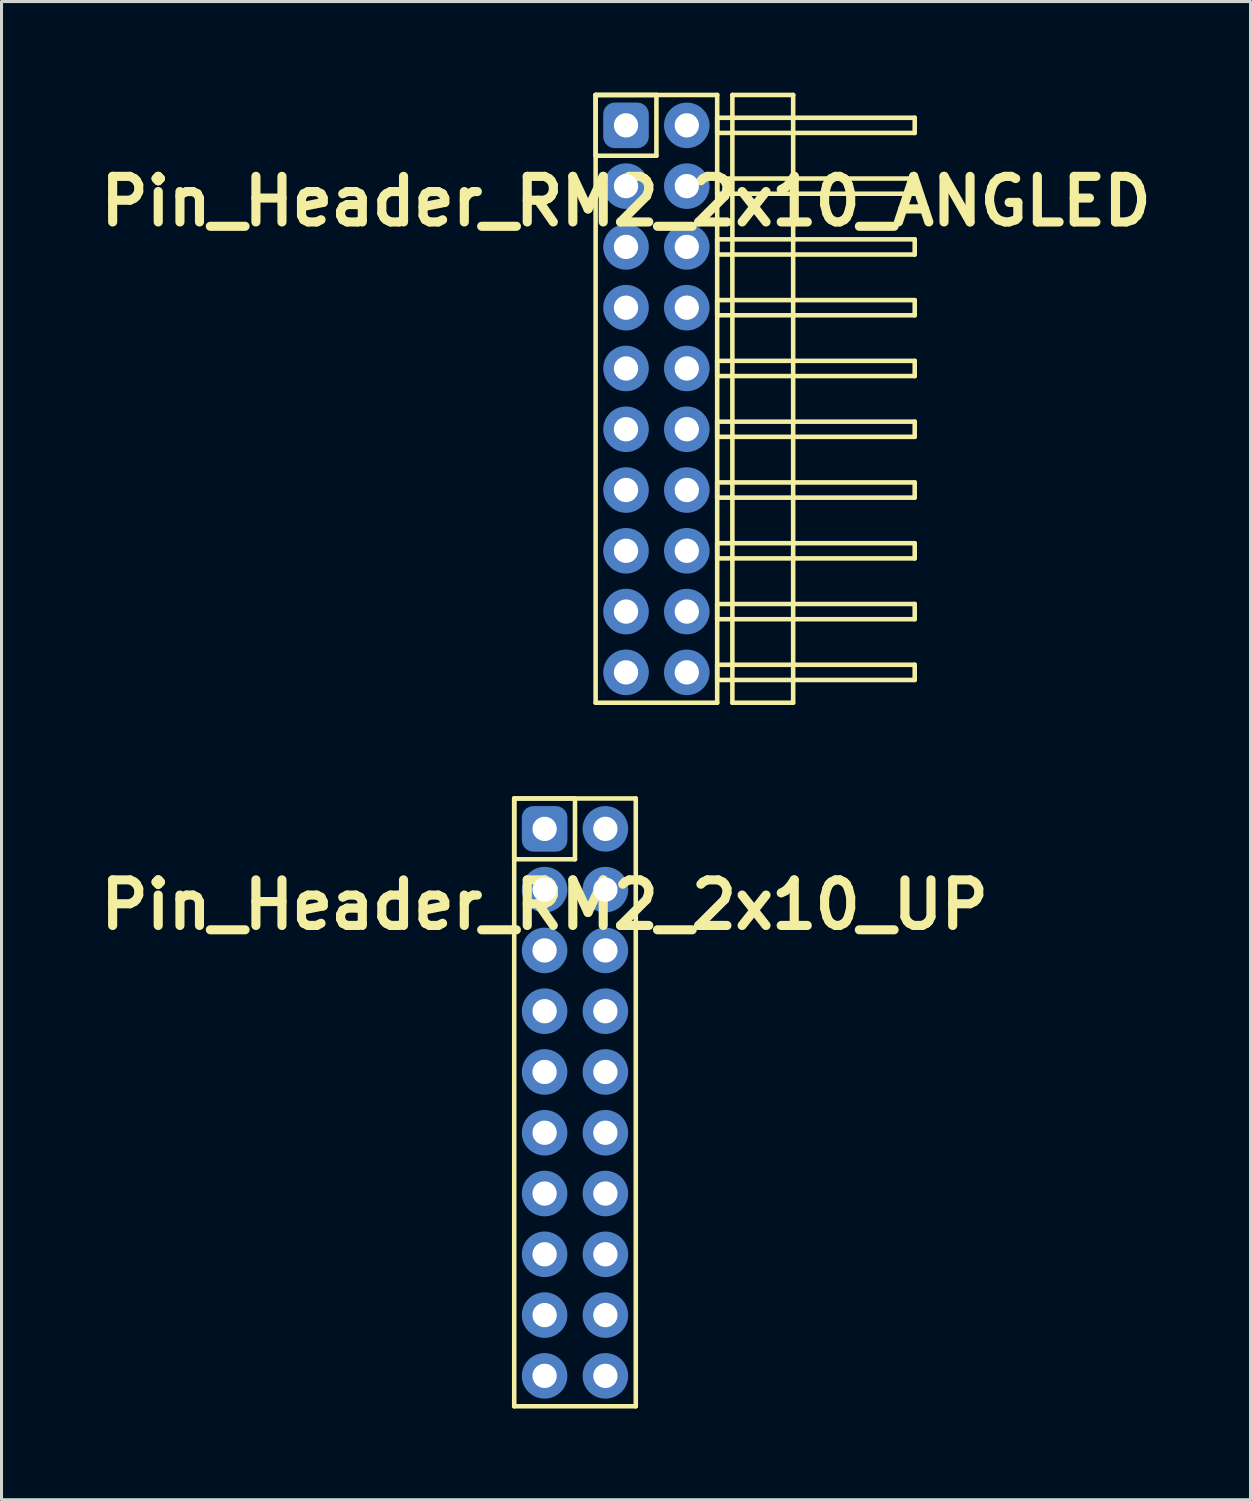
<source format=kicad_pcb>
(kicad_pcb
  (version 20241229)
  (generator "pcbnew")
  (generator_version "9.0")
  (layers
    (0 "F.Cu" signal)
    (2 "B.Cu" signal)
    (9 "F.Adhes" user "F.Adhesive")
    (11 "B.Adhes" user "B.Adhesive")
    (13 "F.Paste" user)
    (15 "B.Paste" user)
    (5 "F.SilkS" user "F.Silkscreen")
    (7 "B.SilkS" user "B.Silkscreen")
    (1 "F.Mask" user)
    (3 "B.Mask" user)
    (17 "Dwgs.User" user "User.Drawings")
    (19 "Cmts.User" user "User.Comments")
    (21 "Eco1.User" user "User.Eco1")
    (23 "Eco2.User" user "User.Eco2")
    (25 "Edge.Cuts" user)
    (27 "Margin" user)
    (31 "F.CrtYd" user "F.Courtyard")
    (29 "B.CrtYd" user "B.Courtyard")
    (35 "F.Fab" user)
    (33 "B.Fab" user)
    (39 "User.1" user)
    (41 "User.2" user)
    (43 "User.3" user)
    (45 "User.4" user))
  (footprint "Pin_Header_RM2_2x10_UP"
    (layer "F.Cu")
    (at 14.871 24.225)
    (property "Reference" "Pin_Header_RM2_2x10_UP" (at 0 2.5 0) (layer "F.SilkS") (effects (font (size 1.5 1.5) (thickness 0.3))))
    (attr through_hole)
    (fp_line (start -1 -1) (end 1 -1) (stroke (width 0.15) (type solid)) (layer "F.SilkS"))
    (fp_line (start -1 -1) (end 3 -1) (stroke (width 0.15) (type solid)) (layer "F.SilkS"))
    (fp_line (start -1 1) (end -1 -1) (stroke (width 0.15) (type solid)) (layer "F.SilkS"))
    (fp_line (start -1 19) (end -1 -1) (stroke (width 0.15) (type solid)) (layer "F.SilkS"))
    (fp_line (start 1 -1) (end 1 1) (stroke (width 0.15) (type solid)) (layer "F.SilkS"))
    (fp_line (start 1 1) (end -1 1) (stroke (width 0.15) (type solid)) (layer "F.SilkS"))
    (fp_line (start 3 -1) (end 3 19) (stroke (width 0.15) (type solid)) (layer "F.SilkS"))
    (fp_line (start 3 19) (end -1 19) (stroke (width 0.15) (type solid)) (layer "F.SilkS"))
    (pad "1" thru_hole circle (at 0 0) (size 1.1 1.1) (drill 0.8) (layers "*.Cu" "*.Mask"))
    (pad "1" smd roundrect (at 0 0) (size 1.25 1.25) (layers "F.Cu" "F.Mask") (roundrect_rratio 0.25))
    (pad "1" smd roundrect (at 0 0) (size 1.5 1.5) (layers "B.Cu" "B.Mask") (roundrect_rratio 0.25))
    (pad "2" thru_hole circle (at 2 0) (size 1.1 1.1) (drill 0.8) (layers "*.Cu" "*.Mask"))
    (pad "2" smd circle (at 2 0) (size 1.25 1.25) (layers "F.Cu" "F.Mask"))
    (pad "2" smd circle (at 2 0) (size 1.5 1.5) (layers "B.Cu" "B.Mask"))
    (pad "3" thru_hole circle (at 0 2) (size 1.1 1.1) (drill 0.8) (layers "*.Cu" "*.Mask"))
    (pad "3" smd circle (at 0 2) (size 1.25 1.25) (layers "F.Cu" "F.Mask"))
    (pad "3" smd circle (at 0 2) (size 1.5 1.5) (layers "B.Cu" "B.Mask"))
    (pad "4" thru_hole circle (at 2 2) (size 1.1 1.1) (drill 0.8) (layers "*.Cu" "*.Mask"))
    (pad "4" smd circle (at 2 2) (size 1.25 1.25) (layers "F.Cu" "F.Mask"))
    (pad "4" smd circle (at 2 2) (size 1.5 1.5) (layers "B.Cu" "B.Mask"))
    (pad "5" thru_hole circle (at 0 4) (size 1.1 1.1) (drill 0.8) (layers "*.Cu" "*.Mask"))
    (pad "5" smd circle (at 0 4) (size 1.25 1.25) (layers "F.Cu" "F.Mask"))
    (pad "5" smd circle (at 0 4) (size 1.5 1.5) (layers "B.Cu" "B.Mask"))
    (pad "6" thru_hole circle (at 2 4) (size 1.1 1.1) (drill 0.8) (layers "*.Cu" "*.Mask"))
    (pad "6" smd circle (at 2 4) (size 1.25 1.25) (layers "F.Cu" "F.Mask"))
    (pad "6" smd circle (at 2 4) (size 1.5 1.5) (layers "B.Cu" "B.Mask"))
    (pad "7" thru_hole circle (at 0 6) (size 1.1 1.1) (drill 0.8) (layers "*.Cu" "*.Mask"))
    (pad "7" smd circle (at 0 6) (size 1.25 1.25) (layers "F.Cu" "F.Mask"))
    (pad "7" smd circle (at 0 6) (size 1.5 1.5) (layers "B.Cu" "B.Mask"))
    (pad "8" thru_hole circle (at 2 6) (size 1.1 1.1) (drill 0.8) (layers "*.Cu" "*.Mask"))
    (pad "8" smd circle (at 2 6) (size 1.25 1.25) (layers "F.Cu" "F.Mask"))
    (pad "8" smd circle (at 2 6) (size 1.5 1.5) (layers "B.Cu" "B.Mask"))
    (pad "9" thru_hole circle (at 0 8) (size 1.1 1.1) (drill 0.8) (layers "*.Cu" "*.Mask"))
    (pad "9" smd circle (at 0 8) (size 1.25 1.25) (layers "F.Cu" "F.Mask"))
    (pad "9" smd circle (at 0 8) (size 1.5 1.5) (layers "B.Cu" "B.Mask"))
    (pad "10" thru_hole circle (at 2 8) (size 1.1 1.1) (drill 0.8) (layers "*.Cu" "*.Mask"))
    (pad "10" smd circle (at 2 8) (size 1.25 1.25) (layers "F.Cu" "F.Mask"))
    (pad "10" smd circle (at 2 8) (size 1.5 1.5) (layers "B.Cu" "B.Mask"))
    (pad "11" thru_hole circle (at 0 10) (size 1.1 1.1) (drill 0.8) (layers "*.Cu" "*.Mask"))
    (pad "11" smd circle (at 0 10) (size 1.25 1.25) (layers "F.Cu" "F.Mask"))
    (pad "11" smd circle (at 0 10) (size 1.5 1.5) (layers "B.Cu" "B.Mask"))
    (pad "12" thru_hole circle (at 2 10) (size 1.1 1.1) (drill 0.8) (layers "*.Cu" "*.Mask"))
    (pad "12" smd circle (at 2 10) (size 1.25 1.25) (layers "F.Cu" "F.Mask"))
    (pad "12" smd circle (at 2 10) (size 1.5 1.5) (layers "B.Cu" "B.Mask"))
    (pad "13" thru_hole circle (at 0 12) (size 1.1 1.1) (drill 0.8) (layers "*.Cu" "*.Mask"))
    (pad "13" smd circle (at 0 12) (size 1.25 1.25) (layers "F.Cu" "F.Mask"))
    (pad "13" smd circle (at 0 12) (size 1.5 1.5) (layers "B.Cu" "B.Mask"))
    (pad "14" thru_hole circle (at 2 12) (size 1.1 1.1) (drill 0.8) (layers "*.Cu" "*.Mask"))
    (pad "14" smd circle (at 2 12) (size 1.25 1.25) (layers "F.Cu" "F.Mask"))
    (pad "14" smd circle (at 2 12) (size 1.5 1.5) (layers "B.Cu" "B.Mask"))
    (pad "15" thru_hole circle (at 0 14) (size 1.1 1.1) (drill 0.8) (layers "*.Cu" "*.Mask"))
    (pad "15" smd circle (at 0 14) (size 1.25 1.25) (layers "F.Cu" "F.Mask"))
    (pad "15" smd circle (at 0 14) (size 1.5 1.5) (layers "B.Cu" "B.Mask"))
    (pad "16" thru_hole circle (at 2 14) (size 1.1 1.1) (drill 0.8) (layers "*.Cu" "*.Mask"))
    (pad "16" smd circle (at 2 14) (size 1.25 1.25) (layers "F.Cu" "F.Mask"))
    (pad "16" smd circle (at 2 14) (size 1.5 1.5) (layers "B.Cu" "B.Mask"))
    (pad "17" thru_hole circle (at 0 16) (size 1.1 1.1) (drill 0.8) (layers "*.Cu" "*.Mask"))
    (pad "17" smd circle (at 0 16) (size 1.25 1.25) (layers "F.Cu" "F.Mask"))
    (pad "17" smd circle (at 0 16) (size 1.5 1.5) (layers "B.Cu" "B.Mask"))
    (pad "18" thru_hole circle (at 2 16) (size 1.1 1.1) (drill 0.8) (layers "*.Cu" "*.Mask"))
    (pad "18" smd circle (at 2 16) (size 1.25 1.25) (layers "F.Cu" "F.Mask"))
    (pad "18" smd circle (at 2 16) (size 1.5 1.5) (layers "B.Cu" "B.Mask"))
    (pad "19" thru_hole circle (at 0 18) (size 1.1 1.1) (drill 0.8) (layers "*.Cu" "*.Mask"))
    (pad "19" smd circle (at 0 18) (size 1.25 1.25) (layers "F.Cu" "F.Mask"))
    (pad "19" smd circle (at 0 18) (size 1.5 1.5) (layers "B.Cu" "B.Mask"))
    (pad "20" thru_hole circle (at 2 18) (size 1.1 1.1) (drill 0.8) (layers "*.Cu" "*.Mask"))
    (pad "20" smd circle (at 2 18) (size 1.25 1.25) (layers "F.Cu" "F.Mask"))
    (pad "20" smd circle (at 2 18) (size 1.5 1.5) (layers "B.Cu" "B.Mask")))
  (footprint "Pin_Header_RM2_2x10_ANGLED"
    (layer "F.Cu")
    (at 17.55 1.075)
    (property "Reference" "Pin_Header_RM2_2x10_ANGLED" (at 0 2.5 0) (layer "F.SilkS") (effects (font (size 1.5 1.5) (thickness 0.3))))
    (attr through_hole)
    (fp_line (start -1 -1) (end 1 -1) (stroke (width 0.15) (type solid)) (layer "F.SilkS"))
    (fp_line (start -1 -1) (end 3 -1) (stroke (width 0.15) (type solid)) (layer "F.SilkS"))
    (fp_line (start -1 1) (end -1 -1) (stroke (width 0.15) (type solid)) (layer "F.SilkS"))
    (fp_line (start -1 19) (end -1 -1) (stroke (width 0.15) (type solid)) (layer "F.SilkS"))
    (fp_line (start 1 -1) (end 1 1) (stroke (width 0.15) (type solid)) (layer "F.SilkS"))
    (fp_line (start 1 1) (end -1 1) (stroke (width 0.15) (type solid)) (layer "F.SilkS"))
    (fp_line (start 3 -1) (end 3 19) (stroke (width 0.15) (type solid)) (layer "F.SilkS"))
    (fp_line (start 3 -0.25) (end 9.5 -0.25) (stroke (width 0.15) (type solid)) (layer "F.SilkS"))
    (fp_line (start 3 0.25) (end 3 -0.25) (stroke (width 0.15) (type solid)) (layer "F.SilkS"))
    (fp_line (start 3 1.75) (end 9.5 1.75) (stroke (width 0.15) (type solid)) (layer "F.SilkS"))
    (fp_line (start 3 2.25) (end 3 1.75) (stroke (width 0.15) (type solid)) (layer "F.SilkS"))
    (fp_line (start 3 3.75) (end 9.5 3.75) (stroke (width 0.15) (type solid)) (layer "F.SilkS"))
    (fp_line (start 3 4.25) (end 3 3.75) (stroke (width 0.15) (type solid)) (layer "F.SilkS"))
    (fp_line (start 3 5.75) (end 9.5 5.75) (stroke (width 0.15) (type solid)) (layer "F.SilkS"))
    (fp_line (start 3 6.25) (end 3 5.75) (stroke (width 0.15) (type solid)) (layer "F.SilkS"))
    (fp_line (start 3 7.75) (end 9.5 7.75) (stroke (width 0.15) (type solid)) (layer "F.SilkS"))
    (fp_line (start 3 8.25) (end 3 7.75) (stroke (width 0.15) (type solid)) (layer "F.SilkS"))
    (fp_line (start 3 9.75) (end 9.5 9.75) (stroke (width 0.15) (type solid)) (layer "F.SilkS"))
    (fp_line (start 3 10.25) (end 3 9.75) (stroke (width 0.15) (type solid)) (layer "F.SilkS"))
    (fp_line (start 3 11.75) (end 9.5 11.75) (stroke (width 0.15) (type solid)) (layer "F.SilkS"))
    (fp_line (start 3 12.25) (end 3 11.75) (stroke (width 0.15) (type solid)) (layer "F.SilkS"))
    (fp_line (start 3 13.75) (end 9.5 13.75) (stroke (width 0.15) (type solid)) (layer "F.SilkS"))
    (fp_line (start 3 14.25) (end 3 13.75) (stroke (width 0.15) (type solid)) (layer "F.SilkS"))
    (fp_line (start 3 15.75) (end 9.5 15.75) (stroke (width 0.15) (type solid)) (layer "F.SilkS"))
    (fp_line (start 3 16.25) (end 3 15.75) (stroke (width 0.15) (type solid)) (layer "F.SilkS"))
    (fp_line (start 3 17.75) (end 9.5 17.75) (stroke (width 0.15) (type solid)) (layer "F.SilkS"))
    (fp_line (start 3 18.25) (end 3 17.75) (stroke (width 0.15) (type solid)) (layer "F.SilkS"))
    (fp_line (start 3 19) (end -1 19) (stroke (width 0.15) (type solid)) (layer "F.SilkS"))
    (fp_line (start 3.5 -1) (end 5.5 -1) (stroke (width 0.15) (type solid)) (layer "F.SilkS"))
    (fp_line (start 3.5 19) (end 3.5 -1) (stroke (width 0.15) (type solid)) (layer "F.SilkS"))
    (fp_line (start 5.5 -1) (end 5.5 19) (stroke (width 0.15) (type solid)) (layer "F.SilkS"))
    (fp_line (start 5.5 19) (end 3.5 19) (stroke (width 0.15) (type solid)) (layer "F.SilkS"))
    (fp_line (start 9.5 -0.25) (end 9.5 0.25) (stroke (width 0.15) (type solid)) (layer "F.SilkS"))
    (fp_line (start 9.5 0.25) (end 3 0.25) (stroke (width 0.15) (type solid)) (layer "F.SilkS"))
    (fp_line (start 9.5 1.75) (end 9.5 2.25) (stroke (width 0.15) (type solid)) (layer "F.SilkS"))
    (fp_line (start 9.5 2.25) (end 3 2.25) (stroke (width 0.15) (type solid)) (layer "F.SilkS"))
    (fp_line (start 9.5 3.75) (end 9.5 4.25) (stroke (width 0.15) (type solid)) (layer "F.SilkS"))
    (fp_line (start 9.5 4.25) (end 3 4.25) (stroke (width 0.15) (type solid)) (layer "F.SilkS"))
    (fp_line (start 9.5 5.75) (end 9.5 6.25) (stroke (width 0.15) (type solid)) (layer "F.SilkS"))
    (fp_line (start 9.5 6.25) (end 3 6.25) (stroke (width 0.15) (type solid)) (layer "F.SilkS"))
    (fp_line (start 9.5 7.75) (end 9.5 8.25) (stroke (width 0.15) (type solid)) (layer "F.SilkS"))
    (fp_line (start 9.5 8.25) (end 3 8.25) (stroke (width 0.15) (type solid)) (layer "F.SilkS"))
    (fp_line (start 9.5 9.75) (end 9.5 10.25) (stroke (width 0.15) (type solid)) (layer "F.SilkS"))
    (fp_line (start 9.5 10.25) (end 3 10.25) (stroke (width 0.15) (type solid)) (layer "F.SilkS"))
    (fp_line (start 9.5 11.75) (end 9.5 12.25) (stroke (width 0.15) (type solid)) (layer "F.SilkS"))
    (fp_line (start 9.5 12.25) (end 3 12.25) (stroke (width 0.15) (type solid)) (layer "F.SilkS"))
    (fp_line (start 9.5 13.75) (end 9.5 14.25) (stroke (width 0.15) (type solid)) (layer "F.SilkS"))
    (fp_line (start 9.5 14.25) (end 3 14.25) (stroke (width 0.15) (type solid)) (layer "F.SilkS"))
    (fp_line (start 9.5 15.75) (end 9.5 16.25) (stroke (width 0.15) (type solid)) (layer "F.SilkS"))
    (fp_line (start 9.5 16.25) (end 3 16.25) (stroke (width 0.15) (type solid)) (layer "F.SilkS"))
    (fp_line (start 9.5 17.75) (end 9.5 18.25) (stroke (width 0.15) (type solid)) (layer "F.SilkS"))
    (fp_line (start 9.5 18.25) (end 3 18.25) (stroke (width 0.15) (type solid)) (layer "F.SilkS"))
    (pad "1" thru_hole circle (at 0 0) (size 1.1 1.1) (drill 0.8) (layers "*.Cu" "*.Mask"))
    (pad "1" smd roundrect (at 0 0) (size 1.25 1.25) (layers "F.Cu" "F.Mask") (roundrect_rratio 0.25))
    (pad "1" smd roundrect (at 0 0) (size 1.5 1.5) (layers "B.Cu" "B.Mask") (roundrect_rratio 0.25))
    (pad "2" thru_hole circle (at 2 0) (size 1.1 1.1) (drill 0.8) (layers "*.Cu" "*.Mask"))
    (pad "2" smd circle (at 2 0) (size 1.25 1.25) (layers "F.Cu" "F.Mask"))
    (pad "2" smd circle (at 2 0) (size 1.5 1.5) (layers "B.Cu" "B.Mask"))
    (pad "3" thru_hole circle (at 0 2) (size 1.1 1.1) (drill 0.8) (layers "*.Cu" "*.Mask"))
    (pad "3" smd circle (at 0 2) (size 1.25 1.25) (layers "F.Cu" "F.Mask"))
    (pad "3" smd circle (at 0 2) (size 1.5 1.5) (layers "B.Cu" "B.Mask"))
    (pad "4" thru_hole circle (at 2 2) (size 1.1 1.1) (drill 0.8) (layers "*.Cu" "*.Mask"))
    (pad "4" smd circle (at 2 2) (size 1.25 1.25) (layers "F.Cu" "F.Mask"))
    (pad "4" smd circle (at 2 2) (size 1.5 1.5) (layers "B.Cu" "B.Mask"))
    (pad "5" thru_hole circle (at 0 4) (size 1.1 1.1) (drill 0.8) (layers "*.Cu" "*.Mask"))
    (pad "5" smd circle (at 0 4) (size 1.25 1.25) (layers "F.Cu" "F.Mask"))
    (pad "5" smd circle (at 0 4) (size 1.5 1.5) (layers "B.Cu" "B.Mask"))
    (pad "6" thru_hole circle (at 2 4) (size 1.1 1.1) (drill 0.8) (layers "*.Cu" "*.Mask"))
    (pad "6" smd circle (at 2 4) (size 1.25 1.25) (layers "F.Cu" "F.Mask"))
    (pad "6" smd circle (at 2 4) (size 1.5 1.5) (layers "B.Cu" "B.Mask"))
    (pad "7" thru_hole circle (at 0 6) (size 1.1 1.1) (drill 0.8) (layers "*.Cu" "*.Mask"))
    (pad "7" smd circle (at 0 6) (size 1.25 1.25) (layers "F.Cu" "F.Mask"))
    (pad "7" smd circle (at 0 6) (size 1.5 1.5) (layers "B.Cu" "B.Mask"))
    (pad "8" thru_hole circle (at 2 6) (size 1.1 1.1) (drill 0.8) (layers "*.Cu" "*.Mask"))
    (pad "8" smd circle (at 2 6) (size 1.25 1.25) (layers "F.Cu" "F.Mask"))
    (pad "8" smd circle (at 2 6) (size 1.5 1.5) (layers "B.Cu" "B.Mask"))
    (pad "9" thru_hole circle (at 0 8) (size 1.1 1.1) (drill 0.8) (layers "*.Cu" "*.Mask"))
    (pad "9" smd circle (at 0 8) (size 1.25 1.25) (layers "F.Cu" "F.Mask"))
    (pad "9" smd circle (at 0 8) (size 1.5 1.5) (layers "B.Cu" "B.Mask"))
    (pad "10" thru_hole circle (at 2 8) (size 1.1 1.1) (drill 0.8) (layers "*.Cu" "*.Mask"))
    (pad "10" smd circle (at 2 8) (size 1.25 1.25) (layers "F.Cu" "F.Mask"))
    (pad "10" smd circle (at 2 8) (size 1.5 1.5) (layers "B.Cu" "B.Mask"))
    (pad "11" thru_hole circle (at 0 10) (size 1.1 1.1) (drill 0.8) (layers "*.Cu" "*.Mask"))
    (pad "11" smd circle (at 0 10) (size 1.25 1.25) (layers "F.Cu" "F.Mask"))
    (pad "11" smd circle (at 0 10) (size 1.5 1.5) (layers "B.Cu" "B.Mask"))
    (pad "12" thru_hole circle (at 2 10) (size 1.1 1.1) (drill 0.8) (layers "*.Cu" "*.Mask"))
    (pad "12" smd circle (at 2 10) (size 1.25 1.25) (layers "F.Cu" "F.Mask"))
    (pad "12" smd circle (at 2 10) (size 1.5 1.5) (layers "B.Cu" "B.Mask"))
    (pad "13" thru_hole circle (at 0 12) (size 1.1 1.1) (drill 0.8) (layers "*.Cu" "*.Mask"))
    (pad "13" smd circle (at 0 12) (size 1.25 1.25) (layers "F.Cu" "F.Mask"))
    (pad "13" smd circle (at 0 12) (size 1.5 1.5) (layers "B.Cu" "B.Mask"))
    (pad "14" thru_hole circle (at 2 12) (size 1.1 1.1) (drill 0.8) (layers "*.Cu" "*.Mask"))
    (pad "14" smd circle (at 2 12) (size 1.25 1.25) (layers "F.Cu" "F.Mask"))
    (pad "14" smd circle (at 2 12) (size 1.5 1.5) (layers "B.Cu" "B.Mask"))
    (pad "15" thru_hole circle (at 0 14) (size 1.1 1.1) (drill 0.8) (layers "*.Cu" "*.Mask"))
    (pad "15" smd circle (at 0 14) (size 1.25 1.25) (layers "F.Cu" "F.Mask"))
    (pad "15" smd circle (at 0 14) (size 1.5 1.5) (layers "B.Cu" "B.Mask"))
    (pad "16" thru_hole circle (at 2 14) (size 1.1 1.1) (drill 0.8) (layers "*.Cu" "*.Mask"))
    (pad "16" smd circle (at 2 14) (size 1.25 1.25) (layers "F.Cu" "F.Mask"))
    (pad "16" smd circle (at 2 14) (size 1.5 1.5) (layers "B.Cu" "B.Mask"))
    (pad "17" thru_hole circle (at 0 16) (size 1.1 1.1) (drill 0.8) (layers "*.Cu" "*.Mask"))
    (pad "17" smd circle (at 0 16) (size 1.25 1.25) (layers "F.Cu" "F.Mask"))
    (pad "17" smd circle (at 0 16) (size 1.5 1.5) (layers "B.Cu" "B.Mask"))
    (pad "18" thru_hole circle (at 2 16) (size 1.1 1.1) (drill 0.8) (layers "*.Cu" "*.Mask"))
    (pad "18" smd circle (at 2 16) (size 1.25 1.25) (layers "F.Cu" "F.Mask"))
    (pad "18" smd circle (at 2 16) (size 1.5 1.5) (layers "B.Cu" "B.Mask"))
    (pad "19" thru_hole circle (at 0 18) (size 1.1 1.1) (drill 0.8) (layers "*.Cu" "*.Mask"))
    (pad "19" smd circle (at 0 18) (size 1.25 1.25) (layers "F.Cu" "F.Mask"))
    (pad "19" smd circle (at 0 18) (size 1.5 1.5) (layers "B.Cu" "B.Mask"))
    (pad "20" thru_hole circle (at 2 18) (size 1.1 1.1) (drill 0.8) (layers "*.Cu" "*.Mask"))
    (pad "20" smd circle (at 2 18) (size 1.25 1.25) (layers "F.Cu" "F.Mask"))
    (pad "20" smd circle (at 2 18) (size 1.5 1.5) (layers "B.Cu" "B.Mask")))
  (gr_rect
    (start -3 -3)
    (end 38.1 46.3)
    (stroke (width 0.1) (type default))
    (fill no)
    (layer "Edge.Cuts")))
</source>
